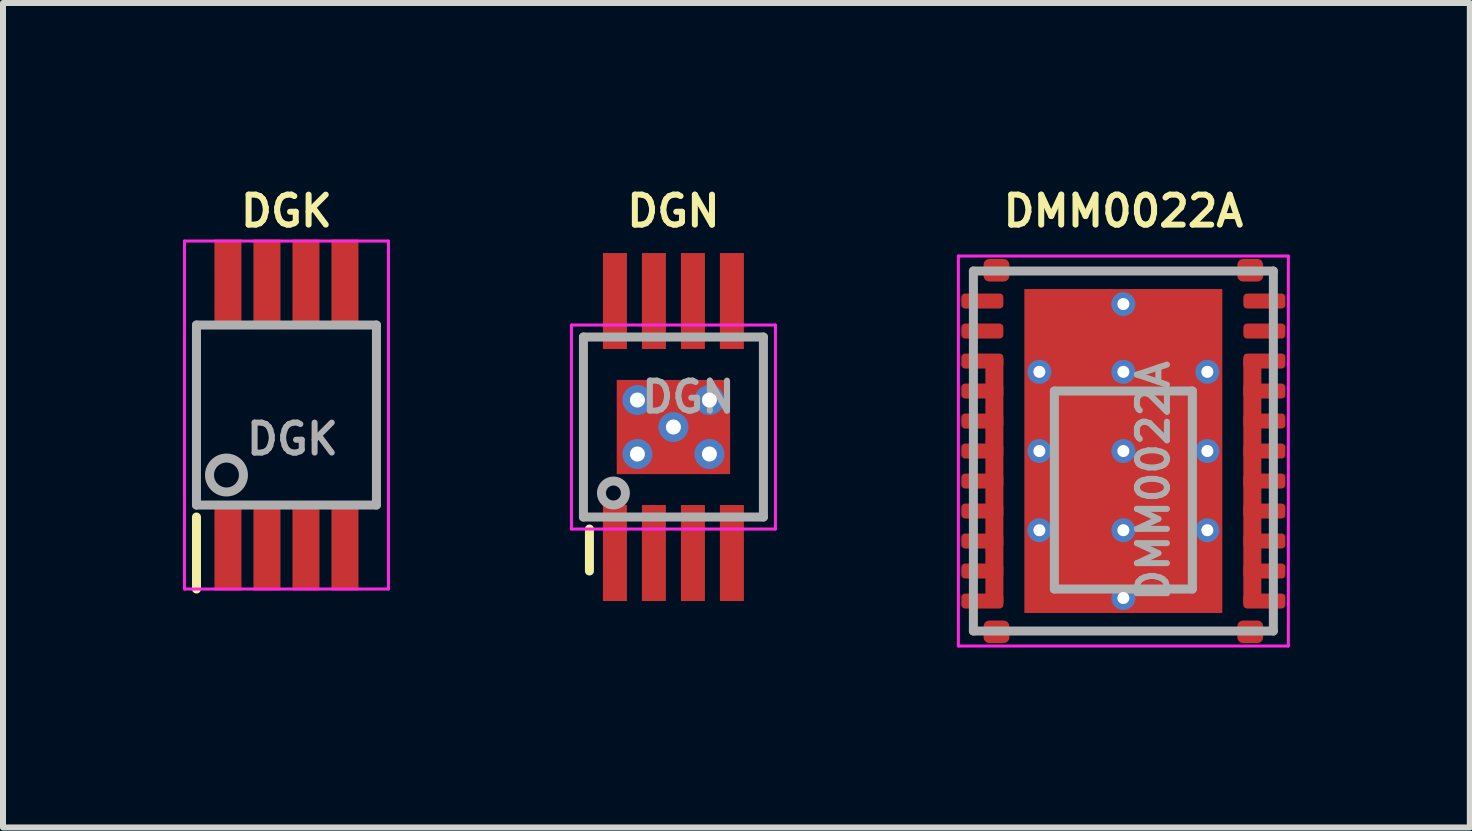
<source format=kicad_pcb>
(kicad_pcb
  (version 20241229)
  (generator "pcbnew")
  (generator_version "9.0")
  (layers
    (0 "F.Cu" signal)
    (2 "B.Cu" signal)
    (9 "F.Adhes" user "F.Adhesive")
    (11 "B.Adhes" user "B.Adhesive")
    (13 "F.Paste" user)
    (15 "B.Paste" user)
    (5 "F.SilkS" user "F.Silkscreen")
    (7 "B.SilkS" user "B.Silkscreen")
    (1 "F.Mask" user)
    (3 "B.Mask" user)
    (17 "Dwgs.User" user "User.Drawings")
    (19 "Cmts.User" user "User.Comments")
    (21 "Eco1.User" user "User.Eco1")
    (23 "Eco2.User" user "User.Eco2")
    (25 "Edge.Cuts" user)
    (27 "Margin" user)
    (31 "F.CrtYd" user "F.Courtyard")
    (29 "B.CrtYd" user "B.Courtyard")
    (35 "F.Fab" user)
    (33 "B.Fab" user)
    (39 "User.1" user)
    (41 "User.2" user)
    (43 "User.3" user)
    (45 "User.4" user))
  (footprint "DGN"
    (layer "F.Cu")
    (at 8.175 4.068)
    (property "Reference" "DGN" (at 0 -3.6 0) (layer "F.SilkS") (effects (font (size 0.5 0.5) (thickness 0.1))))
    (attr smd)
    (fp_line (start -1.4 2.4) (end -1.4 1.7) (stroke (width 0.15) (type solid)) (layer "F.SilkS"))
    (fp_line (start -1.7 -1.7) (end 1.7 -1.7) (stroke (width 0.05) (type solid)) (layer "F.CrtYd"))
    (fp_line (start -1.7 1.7) (end -1.7 -1.7) (stroke (width 0.05) (type solid)) (layer "F.CrtYd"))
    (fp_line (start -1.7 1.7) (end 1.7 1.7) (stroke (width 0.05) (type solid)) (layer "F.CrtYd"))
    (fp_line (start 1.7 1.7) (end 1.7 -1.7) (stroke (width 0.05) (type solid)) (layer "F.CrtYd"))
    (fp_line (start -1.5 -1.5) (end -1.5 1.5) (stroke (width 0.15) (type solid)) (layer "F.Fab"))
    (fp_line (start -1.5 -1.5) (end 1.5 -1.5) (stroke (width 0.15) (type solid)) (layer "F.Fab"))
    (fp_line (start -1.5 1.5) (end 1.5 1.5) (stroke (width 0.15) (type solid)) (layer "F.Fab"))
    (fp_line (start 1.5 -1.5) (end 1.5 1.5) (stroke (width 0.15) (type solid)) (layer "F.Fab"))
    (fp_circle (center -1 1.1) (end -0.8 1.1) (stroke (width 0.15) (type solid)) (fill no) (layer "F.Fab"))
    (fp_text user "${REFERENCE}" (at 0.25 -0.5 0) (layer "F.Fab") (effects (font (size 0.5 0.5) (thickness 0.1))))
    (pad "1" smd rect (at -0.975 2.1) (size 0.4 1.6) (layers "F.Cu" "F.Mask" "F.Paste"))
    (pad "2" smd rect (at -0.325 2.1) (size 0.4 1.6) (layers "F.Cu" "F.Mask" "F.Paste"))
    (pad "3" smd rect (at 0.325 2.1) (size 0.4 1.6) (layers "F.Cu" "F.Mask" "F.Paste"))
    (pad "4" smd rect (at 0.975 2.1) (size 0.4 1.6) (layers "F.Cu" "F.Mask" "F.Paste"))
    (pad "5" smd rect (at 0.975 -2.1) (size 0.4 1.6) (layers "F.Cu" "F.Mask" "F.Paste"))
    (pad "6" smd rect (at 0.325 -2.1) (size 0.4 1.6) (layers "F.Cu" "F.Mask" "F.Paste"))
    (pad "7" smd rect (at -0.325 -2.1) (size 0.4 1.6) (layers "F.Cu" "F.Mask" "F.Paste"))
    (pad "8" smd rect (at -0.975 -2.1) (size 0.4 1.6) (layers "F.Cu" "F.Mask" "F.Paste"))
    (pad "9" thru_hole circle (at -0.6 -0.45) (size 0.5 0.5) (drill 0.25) (layers "*.Cu"))
    (pad "9" thru_hole circle (at -0.6 0.45) (size 0.5 0.5) (drill 0.25) (layers "*.Cu"))
    (pad "9" thru_hole circle (at 0 0) (size 0.5 0.5) (drill 0.25) (layers "*.Cu"))
    (pad "9" smd rect (at 0 0) (size 1.89 1.57) (layers "F.Cu" "F.Mask" "F.Paste"))
    (pad "9" thru_hole circle (at 0.6 -0.45) (size 0.5 0.5) (drill 0.25) (layers "*.Cu"))
    (pad "9" thru_hole circle (at 0.6 0.45) (size 0.5 0.5) (drill 0.25) (layers "*.Cu")))
  (footprint "DMM0022A"
    (layer "F.Cu")
    (at 15.675 4.468)
    (property "Reference" "DMM0022A" (at 0 -4 0) (layer "F.SilkS") (effects (font (size 0.5 0.5) (thickness 0.1))))
    (attr smd)
    (fp_line (start -2.75 -3.25) (end 2.75 -3.25) (stroke (width 0.05) (type solid)) (layer "F.CrtYd"))
    (fp_line (start -2.75 3.25) (end -2.75 -3.25) (stroke (width 0.05) (type solid)) (layer "F.CrtYd"))
    (fp_line (start 2.75 -3.25) (end 2.75 3.25) (stroke (width 0.05) (type solid)) (layer "F.CrtYd"))
    (fp_line (start 2.75 3.25) (end -2.75 3.25) (stroke (width 0.05) (type solid)) (layer "F.CrtYd"))
    (fp_line (start -2.5 -3) (end 2.5 -3) (stroke (width 0.15) (type solid)) (layer "F.Fab"))
    (fp_line (start -2.5 3) (end -2.5 -3) (stroke (width 0.15) (type solid)) (layer "F.Fab"))
    (fp_line (start -1.15 -1) (end 1.15 -1) (stroke (width 0.15) (type solid)) (layer "F.Fab"))
    (fp_line (start -1.15 2.3) (end -1.15 -1) (stroke (width 0.15) (type solid)) (layer "F.Fab"))
    (fp_line (start 1.15 -1) (end 1.15 2.3) (stroke (width 0.15) (type solid)) (layer "F.Fab"))
    (fp_line (start 1.15 2.3) (end -1.15 2.3) (stroke (width 0.15) (type solid)) (layer "F.Fab"))
    (fp_line (start 2.5 -3) (end 2.5 3) (stroke (width 0.15) (type solid)) (layer "F.Fab"))
    (fp_line (start 2.5 3) (end -2.5 3) (stroke (width 0.15) (type solid)) (layer "F.Fab"))
    (fp_text user "${REFERENCE}" (at 0.5 0.5 90) (layer "F.Fab") (effects (font (size 0.5 0.5) (thickness 0.1))))
    (pad "1" smd roundrect (at -2.35 -2.5) (size 0.7 0.25) (layers "F.Cu" "F.Mask" "F.Paste") (roundrect_rratio 0.25))
    (pad "2" smd roundrect (at -2.35 -2) (size 0.7 0.25) (layers "F.Cu" "F.Mask" "F.Paste") (roundrect_rratio 0.25))
    (pad "3" smd roundrect (at -2.35 -1.5) (size 0.7 0.25) (layers "F.Cu" "F.Mask" "F.Paste") (roundrect_rratio 0.25))
    (pad "3" smd roundrect (at -2.35 -1) (size 0.7 0.25) (layers "F.Cu" "F.Mask" "F.Paste") (roundrect_rratio 0.25))
    (pad "3" smd roundrect (at -2.35 -0.5) (size 0.7 0.25) (layers "F.Cu" "F.Mask" "F.Paste") (roundrect_rratio 0.25))
    (pad "3" smd roundrect (at -2.35 0) (size 0.7 0.25) (layers "F.Cu" "F.Mask" "F.Paste") (roundrect_rratio 0.25))
    (pad "3" smd roundrect (at -2.35 0.5) (size 0.7 0.25) (layers "F.Cu" "F.Mask" "F.Paste") (roundrect_rratio 0.25))
    (pad "3" smd roundrect (at -2.35 1) (size 0.7 0.25) (layers "F.Cu" "F.Mask" "F.Paste") (roundrect_rratio 0.25))
    (pad "3" smd roundrect (at -2.35 1.5) (size 0.7 0.25) (layers "F.Cu" "F.Mask" "F.Paste") (roundrect_rratio 0.25))
    (pad "3" smd roundrect (at -2.35 2) (size 0.7 0.25) (layers "F.Cu" "F.Mask" "F.Paste") (roundrect_rratio 0.25))
    (pad "3" smd roundrect (at -2.35 2.5) (size 0.7 0.25) (layers "F.Cu" "F.Mask" "F.Paste") (roundrect_rratio 0.25))
    (pad "3" smd roundrect (at -2.15 0.5) (size 0.3 4.2) (layers "F.Cu" "F.Mask" "F.Paste") (roundrect_rratio 0.25))
    (pad "12" smd roundrect (at 2.15 0.5) (size 0.3 4.2) (layers "F.Cu" "F.Mask" "F.Paste") (roundrect_rratio 0.25))
    (pad "12" smd roundrect (at 2.35 -1.5) (size 0.7 0.25) (layers "F.Cu" "F.Mask" "F.Paste") (roundrect_rratio 0.25))
    (pad "12" smd roundrect (at 2.35 -1) (size 0.7 0.25) (layers "F.Cu" "F.Mask" "F.Paste") (roundrect_rratio 0.25))
    (pad "12" smd roundrect (at 2.35 -0.5) (size 0.7 0.25) (layers "F.Cu" "F.Mask" "F.Paste") (roundrect_rratio 0.25))
    (pad "12" smd roundrect (at 2.35 0) (size 0.7 0.25) (layers "F.Cu" "F.Mask" "F.Paste") (roundrect_rratio 0.25))
    (pad "12" smd roundrect (at 2.35 0.5) (size 0.7 0.25) (layers "F.Cu" "F.Mask" "F.Paste") (roundrect_rratio 0.25))
    (pad "12" smd roundrect (at 2.35 1) (size 0.7 0.25) (layers "F.Cu" "F.Mask" "F.Paste") (roundrect_rratio 0.25))
    (pad "12" smd roundrect (at 2.35 1.5) (size 0.7 0.25) (layers "F.Cu" "F.Mask" "F.Paste") (roundrect_rratio 0.25))
    (pad "12" smd roundrect (at 2.35 2) (size 0.7 0.25) (layers "F.Cu" "F.Mask" "F.Paste") (roundrect_rratio 0.25))
    (pad "12" smd roundrect (at 2.35 2.5) (size 0.7 0.25) (layers "F.Cu" "F.Mask" "F.Paste") (roundrect_rratio 0.25))
    (pad "21" smd roundrect (at 2.35 -2) (size 0.7 0.25) (layers "F.Cu" "F.Mask" "F.Paste") (roundrect_rratio 0.25))
    (pad "22" smd roundrect (at 2.35 -2.5) (size 0.7 0.25) (layers "F.Cu" "F.Mask" "F.Paste") (roundrect_rratio 0.25))
    (pad "23" smd roundrect (at -2.115 -3.013) (size 0.43 0.375) (layers "F.Cu" "F.Mask" "F.Paste") (roundrect_rratio 0.25))
    (pad "24" smd roundrect (at -2.115 3.013) (size 0.43 0.375) (layers "F.Cu" "F.Mask" "F.Paste") (roundrect_rratio 0.25))
    (pad "25" smd roundrect (at 2.115 3.013) (size 0.43 0.375) (layers "F.Cu" "F.Mask" "F.Paste") (roundrect_rratio 0.25))
    (pad "26" smd roundrect (at 2.115 -3.013) (size 0.43 0.375) (layers "F.Cu" "F.Mask" "F.Paste") (roundrect_rratio 0.25))
    (pad "27" thru_hole circle (at -1.4 -1.32) (size 0.4 0.4) (drill 0.2) (layers "*.Cu" "F.Mask"))
    (pad "27" thru_hole circle (at -1.4 0) (size 0.4 0.4) (drill 0.2) (layers "*.Cu" "F.Mask"))
    (pad "27" thru_hole circle (at -1.4 1.32) (size 0.4 0.4) (drill 0.2) (layers "*.Cu" "F.Mask"))
    (pad "27" smd roundrect (at -0.81 -1.98) (size 1.41 1.12) (layers "F.Cu" "F.Mask" "F.Paste") (roundrect_rratio 0.25))
    (pad "27" smd roundrect (at -0.81 -0.66) (size 1.41 1.12) (layers "F.Cu" "F.Mask" "F.Paste") (roundrect_rratio 0.25))
    (pad "27" smd roundrect (at -0.81 0.66) (size 1.41 1.12) (layers "F.Cu" "F.Mask" "F.Paste") (roundrect_rratio 0.25))
    (pad "27" smd roundrect (at -0.81 1.98) (size 1.41 1.12) (layers "F.Cu" "F.Mask" "F.Paste") (roundrect_rratio 0.25))
    (pad "27" thru_hole circle (at 0 -2.45) (size 0.4 0.4) (drill 0.2) (layers "*.Cu" "F.Mask"))
    (pad "27" thru_hole circle (at 0 -1.32) (size 0.4 0.4) (drill 0.2) (layers "*.Cu" "F.Mask"))
    (pad "27" thru_hole circle (at 0 0) (size 0.4 0.4) (drill 0.2) (layers "*.Cu" "F.Mask"))
    (pad "27" smd rect (at 0 0) (size 3.3 5.4) (layers "F.Cu" "F.Mask"))
    (pad "27" thru_hole circle (at 0 1.32) (size 0.4 0.4) (drill 0.2) (layers "*.Cu" "F.Mask"))
    (pad "27" thru_hole circle (at 0 2.45) (size 0.4 0.4) (drill 0.2) (layers "*.Cu" "F.Mask"))
    (pad "27" smd roundrect (at 0.81 -1.98) (size 1.41 1.12) (layers "F.Cu" "F.Mask" "F.Paste") (roundrect_rratio 0.25))
    (pad "27" smd roundrect (at 0.81 -0.66) (size 1.41 1.12) (layers "F.Cu" "F.Mask" "F.Paste") (roundrect_rratio 0.25))
    (pad "27" smd roundrect (at 0.81 0.66) (size 1.41 1.12) (layers "F.Cu" "F.Mask" "F.Paste") (roundrect_rratio 0.25))
    (pad "27" smd roundrect (at 0.81 1.98) (size 1.41 1.12) (layers "F.Cu" "F.Mask" "F.Paste") (roundrect_rratio 0.25))
    (pad "27" thru_hole circle (at 1.4 -1.32) (size 0.4 0.4) (drill 0.2) (layers "*.Cu" "F.Mask"))
    (pad "27" thru_hole circle (at 1.4 0) (size 0.4 0.4) (drill 0.2) (layers "*.Cu" "F.Mask"))
    (pad "27" thru_hole circle (at 1.4 1.32) (size 0.4 0.4) (drill 0.2) (layers "*.Cu" "F.Mask")))
  (footprint "DGK"
    (layer "F.Cu")
    (at 1.725 3.868)
    (property "Reference" "DGK" (at 0 -3.4 0) (layer "F.SilkS") (effects (font (size 0.5 0.5) (thickness 0.1))))
    (attr smd)
    (fp_line (start -1.5 2.9) (end -1.5 1.7) (stroke (width 0.15) (type solid)) (layer "F.SilkS"))
    (fp_line (start -1.7 -2.9) (end 1.7 -2.9) (stroke (width 0.05) (type solid)) (layer "F.CrtYd"))
    (fp_line (start -1.7 2.9) (end -1.7 -2.9) (stroke (width 0.05) (type solid)) (layer "F.CrtYd"))
    (fp_line (start -1.7 2.9) (end 1.7 2.9) (stroke (width 0.05) (type solid)) (layer "F.CrtYd"))
    (fp_line (start 1.7 2.9) (end 1.7 -2.9) (stroke (width 0.05) (type solid)) (layer "F.CrtYd"))
    (fp_line (start -1.5 -1.5) (end -1.5 1.5) (stroke (width 0.15) (type solid)) (layer "F.Fab"))
    (fp_line (start -1.5 -1.5) (end 1.5 -1.5) (stroke (width 0.15) (type solid)) (layer "F.Fab"))
    (fp_line (start -1.5 1.5) (end 1.5 1.5) (stroke (width 0.15) (type solid)) (layer "F.Fab"))
    (fp_line (start 1.5 -1.5) (end 1.5 1.5) (stroke (width 0.15) (type solid)) (layer "F.Fab"))
    (fp_circle (center -1 1) (end -0.8 0.8) (stroke (width 0.15) (type solid)) (fill no) (layer "F.Fab"))
    (fp_text user "${REFERENCE}" (at 0.1 0.4 0) (layer "F.Fab") (effects (font (size 0.5 0.5) (thickness 0.1))))
    (pad "1" smd rect (at -0.975 2.2) (size 0.45 1.45) (layers "F.Cu" "F.Mask" "F.Paste"))
    (pad "2" smd rect (at -0.325 2.2) (size 0.45 1.45) (layers "F.Cu" "F.Mask" "F.Paste"))
    (pad "3" smd rect (at 0.325 2.2) (size 0.45 1.45) (layers "F.Cu" "F.Mask" "F.Paste"))
    (pad "4" smd rect (at 0.975 2.2) (size 0.45 1.45) (layers "F.Cu" "F.Mask" "F.Paste"))
    (pad "5" smd rect (at 0.975 -2.2) (size 0.45 1.45) (layers "F.Cu" "F.Mask" "F.Paste"))
    (pad "6" smd rect (at 0.325 -2.2) (size 0.45 1.45) (layers "F.Cu" "F.Mask" "F.Paste"))
    (pad "7" smd rect (at -0.325 -2.2) (size 0.45 1.45) (layers "F.Cu" "F.Mask" "F.Paste"))
    (pad "8" smd rect (at -0.975 -2.2) (size 0.45 1.45) (layers "F.Cu" "F.Mask" "F.Paste")))
  (gr_rect
    (start -3 -3)
    (end 21.45 10.743)
    (stroke (width 0.1) (type default))
    (fill no)
    (layer "Edge.Cuts")))
</source>
